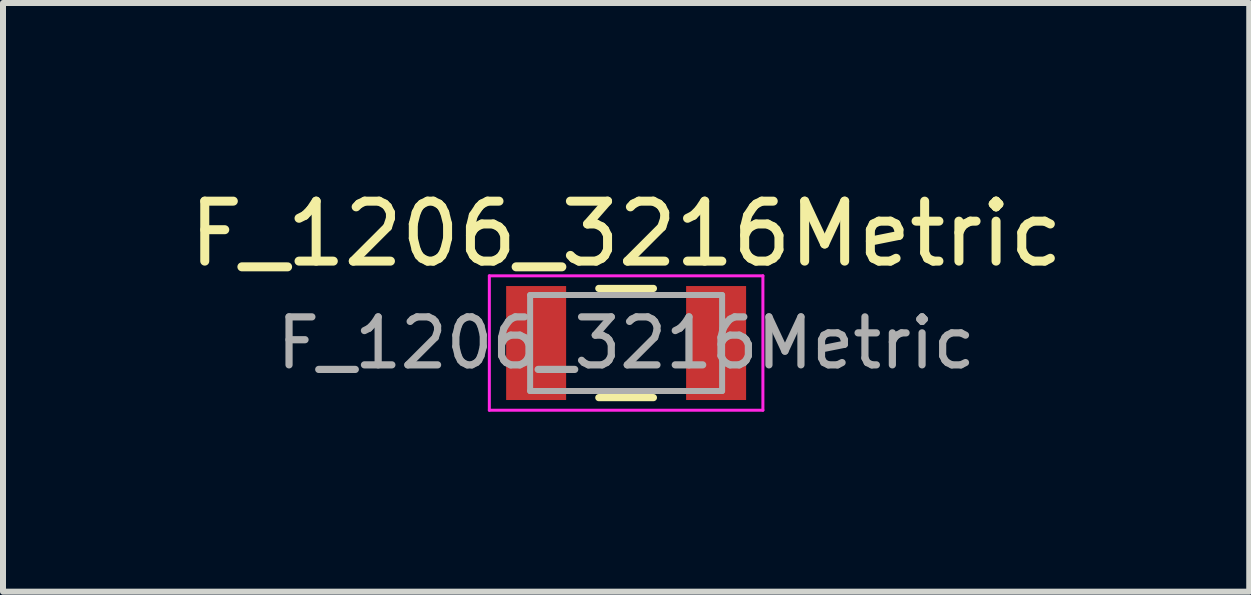
<source format=kicad_pcb>
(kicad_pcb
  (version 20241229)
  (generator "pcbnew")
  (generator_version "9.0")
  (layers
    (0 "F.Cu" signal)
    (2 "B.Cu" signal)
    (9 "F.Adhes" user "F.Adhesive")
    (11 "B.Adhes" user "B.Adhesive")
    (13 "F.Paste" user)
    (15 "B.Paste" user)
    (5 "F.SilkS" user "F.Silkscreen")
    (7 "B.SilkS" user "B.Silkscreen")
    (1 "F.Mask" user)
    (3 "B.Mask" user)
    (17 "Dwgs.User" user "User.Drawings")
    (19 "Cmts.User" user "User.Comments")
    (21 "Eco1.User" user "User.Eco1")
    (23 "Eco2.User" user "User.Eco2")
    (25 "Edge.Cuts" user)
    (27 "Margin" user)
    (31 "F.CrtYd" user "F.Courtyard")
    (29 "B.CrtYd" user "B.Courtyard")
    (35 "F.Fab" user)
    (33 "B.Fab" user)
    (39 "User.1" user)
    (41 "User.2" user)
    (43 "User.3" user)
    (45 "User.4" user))
  (footprint "F_1206_3216Metric"
    (layer "F.Cu")
    (at 7.387 2.668)
    (property "Reference" "F_1206_3216Metric" (at 0 -1.82 0) (layer "F.SilkS") (effects (font (size 1 1) (thickness 0.15))))
    (attr smd)
    (fp_line (start -0.455 -0.91) (end 0.455 -0.91) (stroke (width 0.12) (type solid)) (layer "F.SilkS"))
    (fp_line (start -0.455 0.91) (end 0.455 0.91) (stroke (width 0.12) (type solid)) (layer "F.SilkS"))
    (fp_line (start -2.28 -1.12) (end 2.28 -1.12) (stroke (width 0.05) (type solid)) (layer "F.CrtYd"))
    (fp_line (start -2.28 1.12) (end -2.28 -1.12) (stroke (width 0.05) (type solid)) (layer "F.CrtYd"))
    (fp_line (start 2.28 -1.12) (end 2.28 1.12) (stroke (width 0.05) (type solid)) (layer "F.CrtYd"))
    (fp_line (start 2.28 1.12) (end -2.28 1.12) (stroke (width 0.05) (type solid)) (layer "F.CrtYd"))
    (fp_line (start -1.6 -0.8) (end 1.6 -0.8) (stroke (width 0.1) (type solid)) (layer "F.Fab"))
    (fp_line (start -1.6 0.8) (end -1.6 -0.8) (stroke (width 0.1) (type solid)) (layer "F.Fab"))
    (fp_line (start 1.6 -0.8) (end 1.6 0.8) (stroke (width 0.1) (type solid)) (layer "F.Fab"))
    (fp_line (start 1.6 0.8) (end -1.6 0.8) (stroke (width 0.1) (type solid)) (layer "F.Fab"))
    (fp_text user "${REFERENCE}" (at 0 0 0) (layer "F.Fab") (effects (font (size 0.8 0.8) (thickness 0.12))))
    (pad "1" smd rect (at -1.5 0) (size 1 1.9) (layers "F.Cu" "F.Mask" "F.Paste"))
    (pad "2" smd rect (at 1.5 0) (size 1 1.9) (layers "F.Cu" "F.Mask" "F.Paste")))
  (gr_rect
    (start -3 -3)
    (end 17.774 6.813)
    (stroke (width 0.1) (type default))
    (fill no)
    (layer "Edge.Cuts")))
</source>
